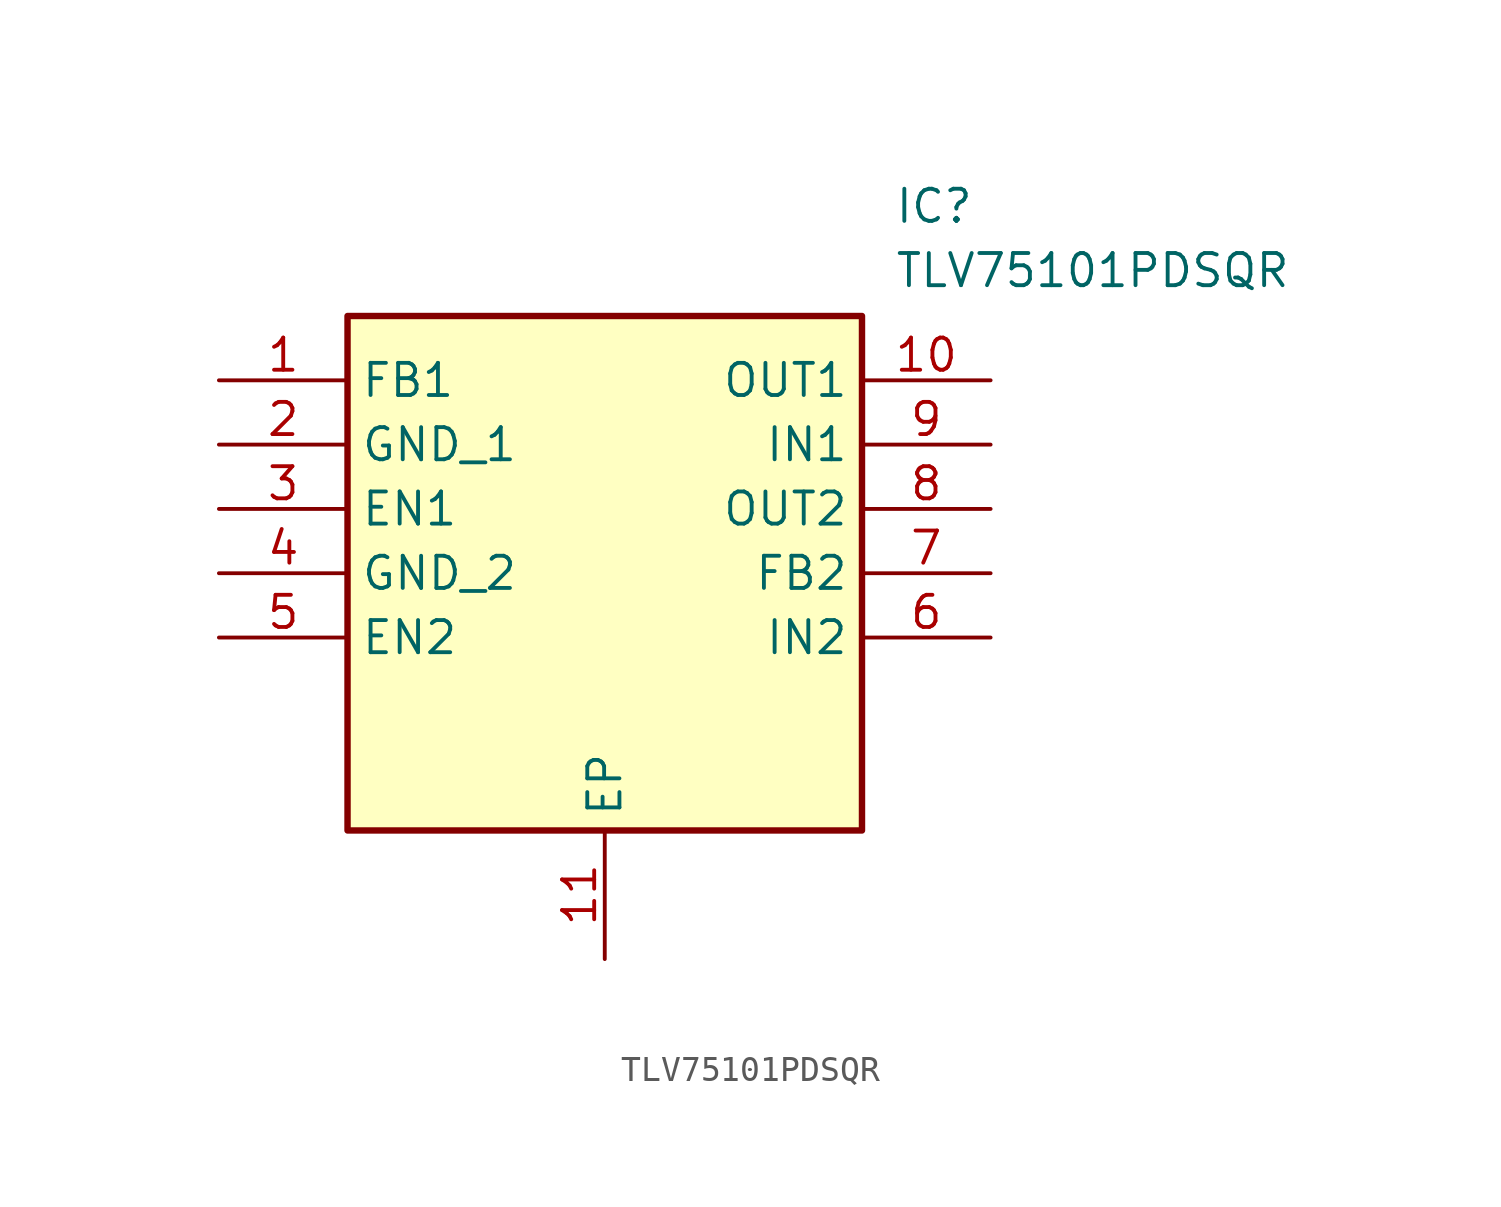
<source format=kicad_sym>
(kicad_symbol_lib
  (version 20211014)
  (generator SamacSys_ECAD_Model)
  (symbol "TLV75101PDSQR"
    (property "Reference" "IC"
      (at 26.67 7.62 0)
      (effects (font (size 1.27 1.27)) (justify left top)))
    (property "Value" "TLV75101PDSQR"
      (at 26.67 5.08 0)
      (effects (font (size 1.27 1.27)) (justify left top)))
    (rectangle
      (start 5.08 2.54)
      (end 25.4 -17.78)
      (stroke (width 0.254) (type default))
      (fill (type background)))
    (pin passive line
      (at 0 0 0)
      (length 5.08)
      (name "FB1" (effects (font (size 1.27 1.27))))
      (number "1" (effects (font (size 1.27 1.27)))))
    (pin passive line
      (at 0 -2.54 0)
      (length 5.08)
      (name "GND_1" (effects (font (size 1.27 1.27))))
      (number "2" (effects (font (size 1.27 1.27)))))
    (pin passive line
      (at 0 -5.08 0)
      (length 5.08)
      (name "EN1" (effects (font (size 1.27 1.27))))
      (number "3" (effects (font (size 1.27 1.27)))))
    (pin passive line
      (at 0 -7.62 0)
      (length 5.08)
      (name "GND_2" (effects (font (size 1.27 1.27))))
      (number "4" (effects (font (size 1.27 1.27)))))
    (pin passive line
      (at 0 -10.16 0)
      (length 5.08)
      (name "EN2" (effects (font (size 1.27 1.27))))
      (number "5" (effects (font (size 1.27 1.27)))))
    (pin passive line
      (at 15.24 -22.86 90)
      (length 5.08)
      (name "EP" (effects (font (size 1.27 1.27))))
      (number "11" (effects (font (size 1.27 1.27)))))
    (pin passive line
      (at 30.48 0 180)
      (length 5.08)
      (name "OUT1" (effects (font (size 1.27 1.27))))
      (number "10" (effects (font (size 1.27 1.27)))))
    (pin passive line
      (at 30.48 -2.54 180)
      (length 5.08)
      (name "IN1" (effects (font (size 1.27 1.27))))
      (number "9" (effects (font (size 1.27 1.27)))))
    (pin passive line
      (at 30.48 -5.08 180)
      (length 5.08)
      (name "OUT2" (effects (font (size 1.27 1.27))))
      (number "8" (effects (font (size 1.27 1.27)))))
    (pin passive line
      (at 30.48 -7.62 180)
      (length 5.08)
      (name "FB2" (effects (font (size 1.27 1.27))))
      (number "7" (effects (font (size 1.27 1.27)))))
    (pin passive line
      (at 30.48 -10.16 180)
      (length 5.08)
      (name "IN2" (effects (font (size 1.27 1.27))))
      (number "6" (effects (font (size 1.27 1.27)))))))
</source>
